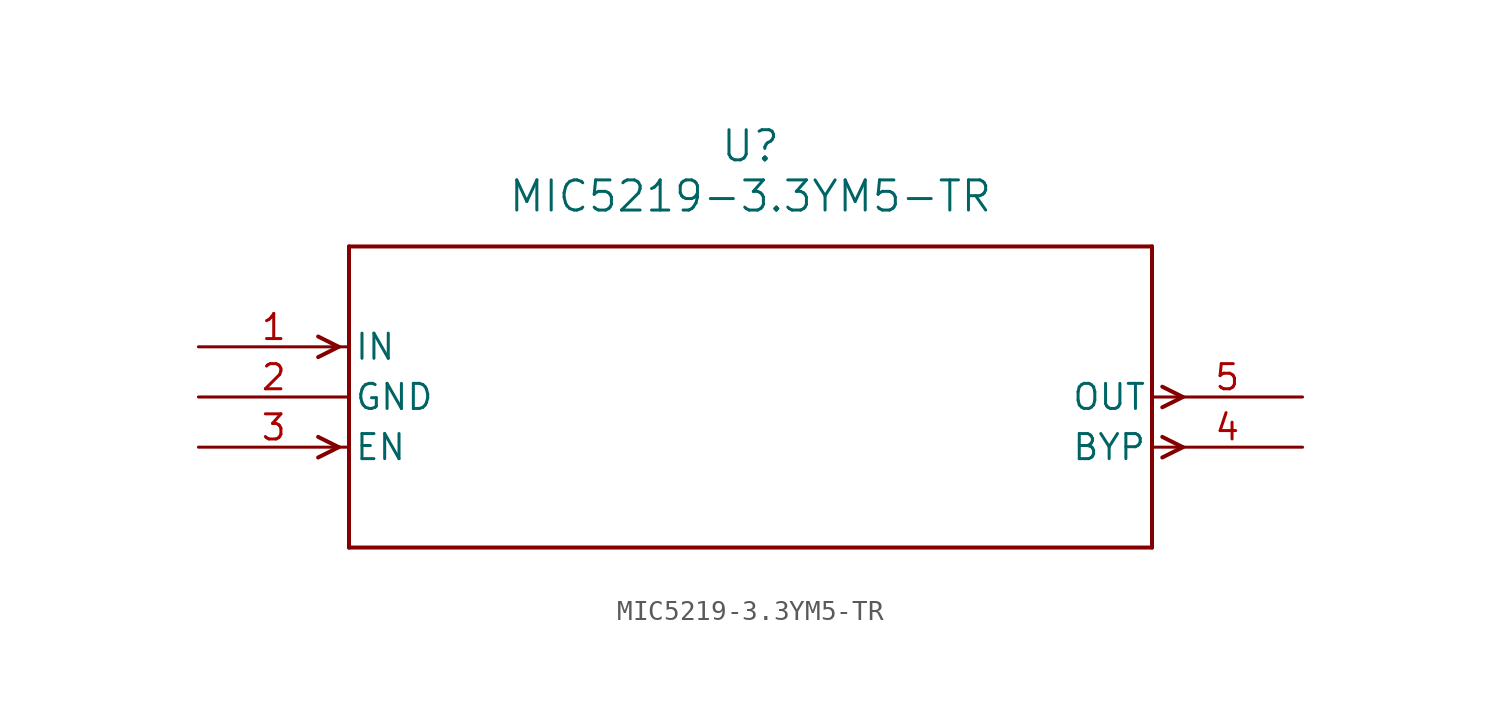
<source format=kicad_sym>
(kicad_symbol_lib
  (version 20211014)
  (generator kicad_symbol_editor)
  (symbol "MIC5219-3.3YM5-TR"
    (pin_names
      (offset 0.254))
    (property "Reference" "U"
      (at 27.94 10.16 0)
      (effects (font (size 1.524 1.524))))
    (property "Value" "MIC5219-3.3YM5-TR"
      (at 27.94 7.62 0)
      (effects (font (size 1.524 1.524))))
    (symbol "MIC5219-3.3YM5-TR_0_1"
      (polyline (pts (xy 7.099 0) (xy 6.058 0.521)) (stroke (width 0.203) (type default) (color 0 0 0 0)) (fill (type none)))
      (polyline (pts (xy 7.099 0) (xy 6.058 -0.521)) (stroke (width 0.203) (type default) (color 0 0 0 0)) (fill (type none)))
      (polyline (pts (xy 7.099 -5.08) (xy 6.058 -4.559)) (stroke (width 0.203) (type default) (color 0 0 0 0)) (fill (type none)))
      (polyline (pts (xy 7.099 -5.08) (xy 6.058 -5.601)) (stroke (width 0.203) (type default) (color 0 0 0 0)) (fill (type none)))
      (polyline (pts (xy 48.781 -4.559) (xy 49.822 -5.08)) (stroke (width 0.203) (type default) (color 0 0 0 0)) (fill (type none)))
      (polyline (pts (xy 48.781 -5.601) (xy 49.822 -5.08)) (stroke (width 0.203) (type default) (color 0 0 0 0)) (fill (type none)))
      (polyline (pts (xy 48.781 -2.019) (xy 49.822 -2.54)) (stroke (width 0.203) (type default) (color 0 0 0 0)) (fill (type none)))
      (polyline (pts (xy 48.781 -3.061) (xy 49.822 -2.54)) (stroke (width 0.203) (type default) (color 0 0 0 0)) (fill (type none)))
      (polyline (pts (xy 7.62 5.08) (xy 7.62 -10.16)) (stroke (width 0.203) (type default) (color 0 0 0 0)) (fill (type none)))
      (polyline (pts (xy 7.62 -10.16) (xy 48.26 -10.16)) (stroke (width 0.203) (type default) (color 0 0 0 0)) (fill (type none)))
      (polyline (pts (xy 48.26 -10.16) (xy 48.26 5.08)) (stroke (width 0.203) (type default) (color 0 0 0 0)) (fill (type none)))
      (polyline (pts (xy 48.26 5.08) (xy 7.62 5.08)) (stroke (width 0.203) (type default) (color 0 0 0 0)) (fill (type none)))
      (pin input line (at 0 0 0) (length 7.62) (name "IN" (effects (font (size 1.27 1.27)))) (number "1" (effects (font (size 1.27 1.27)))))
      (pin power_in line (at 0 -2.54 0) (length 7.62) (name "GND" (effects (font (size 1.27 1.27)))) (number "2" (effects (font (size 1.27 1.27)))))
      (pin input line (at 0 -5.08 0) (length 7.62) (name "EN" (effects (font (size 1.27 1.27)))) (number "3" (effects (font (size 1.27 1.27)))))
      (pin output line (at 55.88 -5.08 180) (length 7.62) (name "BYP" (effects (font (size 1.27 1.27)))) (number "4" (effects (font (size 1.27 1.27)))))
      (pin output line (at 55.88 -2.54 180) (length 7.62) (name "OUT" (effects (font (size 1.27 1.27)))) (number "5" (effects (font (size 1.27 1.27))))))))
</source>
